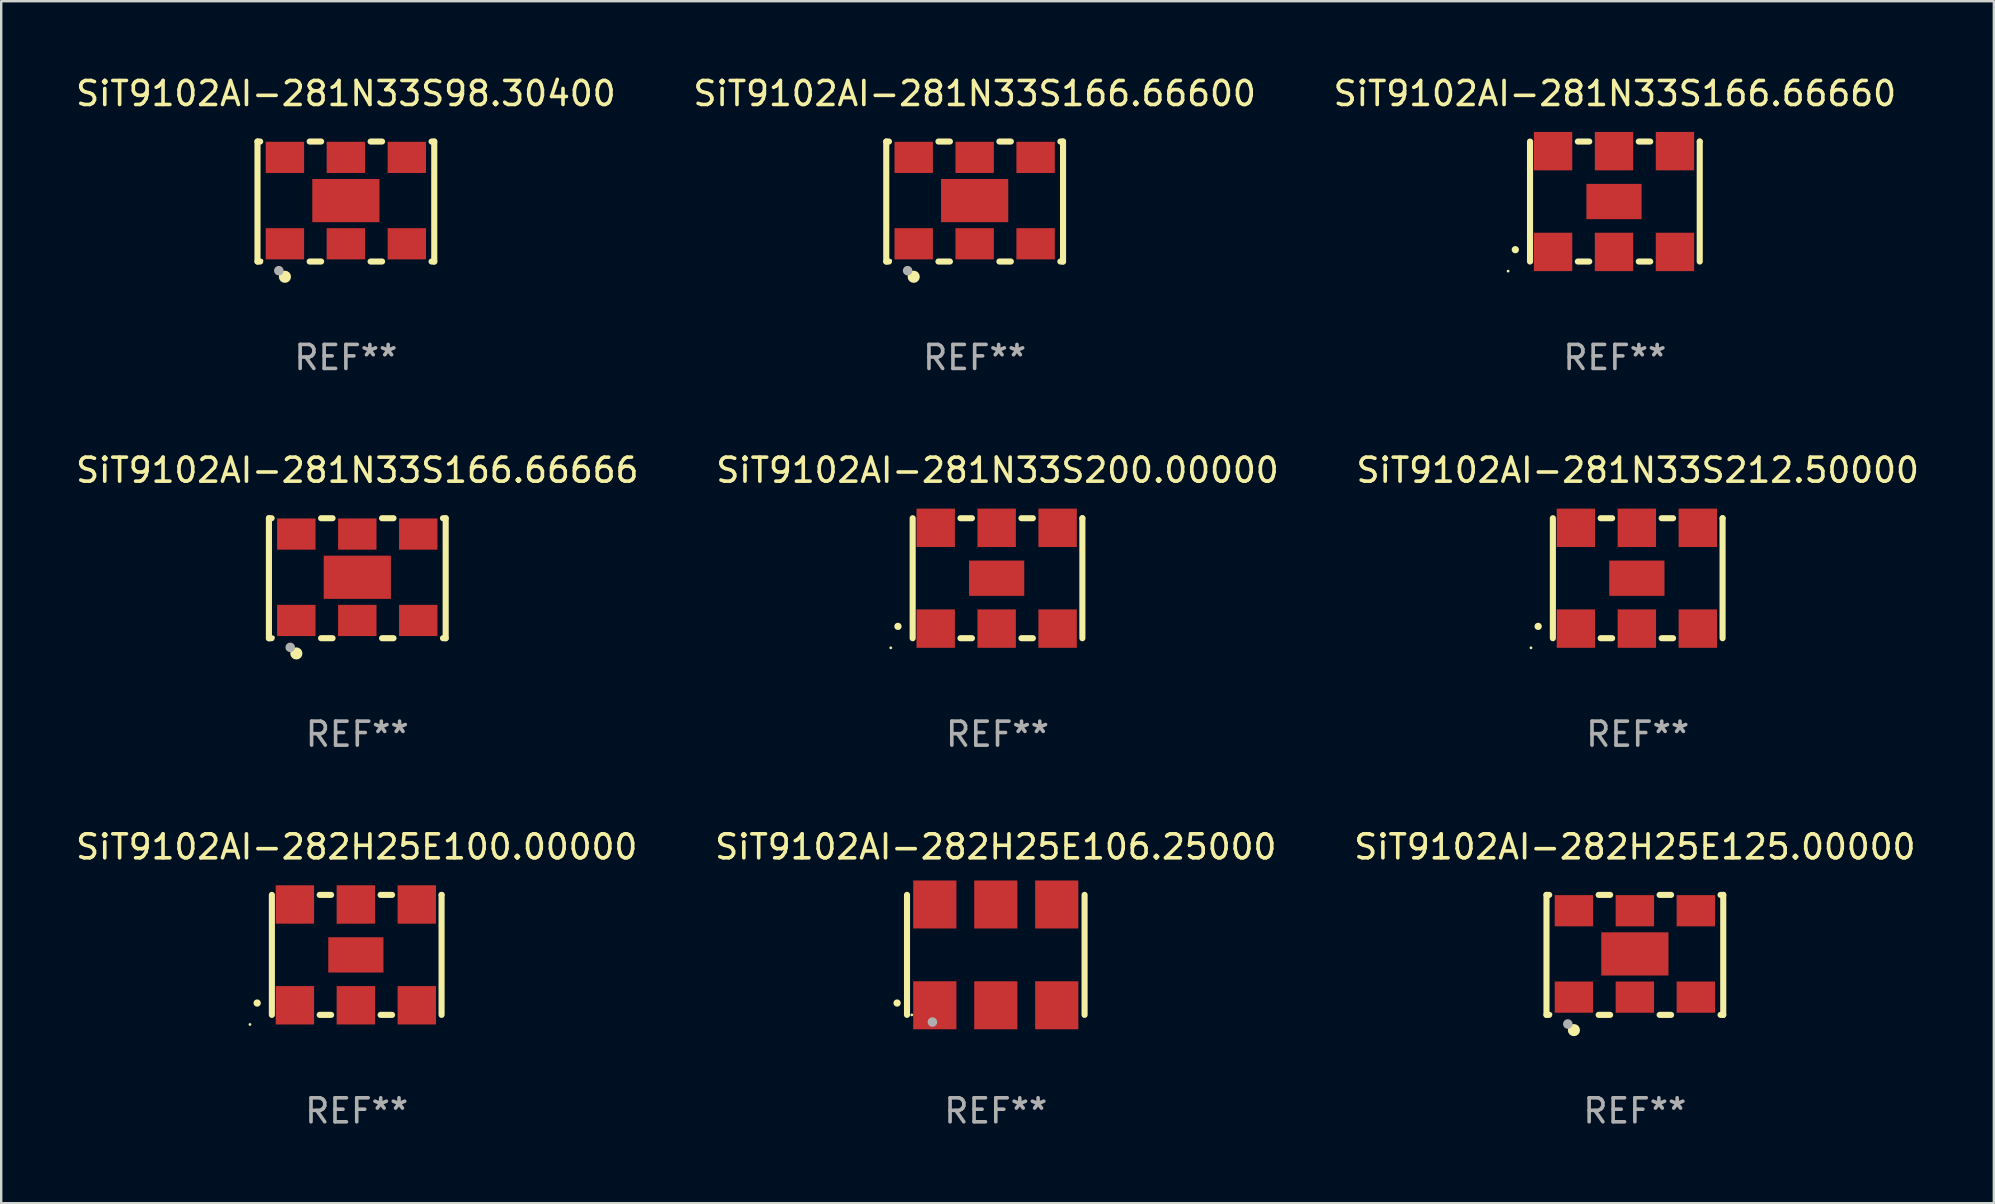
<source format=kicad_pcb>
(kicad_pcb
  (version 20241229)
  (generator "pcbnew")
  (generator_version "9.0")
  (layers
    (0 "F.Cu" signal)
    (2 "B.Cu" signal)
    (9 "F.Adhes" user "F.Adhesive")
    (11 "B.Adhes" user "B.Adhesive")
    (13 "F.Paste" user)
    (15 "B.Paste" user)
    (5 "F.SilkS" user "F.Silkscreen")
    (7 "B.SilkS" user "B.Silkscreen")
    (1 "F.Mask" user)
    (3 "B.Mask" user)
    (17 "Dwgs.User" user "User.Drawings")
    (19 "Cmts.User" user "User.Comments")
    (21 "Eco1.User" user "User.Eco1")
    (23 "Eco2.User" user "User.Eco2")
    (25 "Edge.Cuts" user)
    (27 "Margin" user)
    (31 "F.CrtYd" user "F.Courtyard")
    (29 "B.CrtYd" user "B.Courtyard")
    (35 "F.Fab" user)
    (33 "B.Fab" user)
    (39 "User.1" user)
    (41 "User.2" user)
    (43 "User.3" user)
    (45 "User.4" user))
  (footprint "SiT9102AI-282H25E100.00000"
    (layer "F.Cu")
    (at 11.815 36.741)
    (property "Reference" "SiT9102AI-282H25E100.00000" (at 0 -4.5 0) (layer "F.SilkS") (effects (font (size 1 1) (thickness 0.15))))
    (attr through_hole)
    (fp_line (start -3.536 -2.5) (end -3.536 2.5) (stroke (width 0.254) (type solid)) (layer "F.SilkS"))
    (fp_line (start -1.544 2.5) (end -1.067 2.5) (stroke (width 0.254) (type solid)) (layer "F.SilkS"))
    (fp_line (start -1.067 -2.5) (end -1.544 -2.5) (stroke (width 0.254) (type solid)) (layer "F.SilkS"))
    (fp_line (start 0.996 2.5) (end 1.473 2.5) (stroke (width 0.254) (type solid)) (layer "F.SilkS"))
    (fp_line (start 1.473 -2.5) (end 0.996 -2.5) (stroke (width 0.254) (type solid)) (layer "F.SilkS"))
    (fp_line (start 3.536 -2.5) (end 3.536 -2.5) (stroke (width 0.254) (type solid)) (layer "F.SilkS"))
    (fp_line (start 3.536 2.5) (end 3.536 -2.5) (stroke (width 0.254) (type solid)) (layer "F.SilkS"))
    (fp_arc (start -4.150432 2.006604) (mid -4.149162 2.006599) (end -4.147892 2.006604) (stroke (width 0.3) (type solid)) (layer "F.SilkS"))
    (fp_circle (center -4.449 2.9) (end -4.419 2.9) (stroke (width 0.06) (type solid)) (fill no) (layer "F.SilkS"))
    (fp_text user "REF**" (at 0 6.5 0) (layer "F.Fab") (effects (font (size 1 1) (thickness 0.15))))
    (pad "1" smd rect (at -2.576 2.1) (size 1.6 1.6) (layers "F.Cu" "F.Mask" "F.Paste"))
    (pad "2" smd rect (at -0.036 2.1) (size 1.6 1.6) (layers "F.Cu" "F.Mask" "F.Paste"))
    (pad "3" smd rect (at 2.504 2.1) (size 1.6 1.6) (layers "F.Cu" "F.Mask" "F.Paste"))
    (pad "4" smd rect (at 2.504 -2.1) (size 1.6 1.6) (layers "F.Cu" "F.Mask" "F.Paste"))
    (pad "5" smd rect (at -0.036 -2.1) (size 1.6 1.6) (layers "F.Cu" "F.Mask" "F.Paste"))
    (pad "6" smd rect (at -2.576 -2.1) (size 1.6 1.6) (layers "F.Cu" "F.Mask" "F.Paste"))
    (pad "7" smd rect (at -0.036 0) (size 2.3 1.47) (layers "F.Cu" "F.Mask" "F.Paste")))
  (footprint "SiT9102AI-281N33S166.66666"
    (layer "F.Cu")
    (at 11.839 21.045)
    (property "Reference" "SiT9102AI-281N33S166.66666" (at 0 -4.5 0) (layer "F.SilkS") (effects (font (size 1 1) (thickness 0.15))))
    (attr through_hole)
    (fp_line (start -3.683 -2.5) (end -3.571 -2.5) (stroke (width 0.254) (type solid)) (layer "F.SilkS"))
    (fp_line (start -3.683 2.5) (end -3.683 -2.5) (stroke (width 0.254) (type solid)) (layer "F.SilkS"))
    (fp_line (start -3.683 2.5) (end -3.571 2.5) (stroke (width 0.254) (type solid)) (layer "F.SilkS"))
    (fp_line (start -1.509 -2.5) (end -1.031 -2.5) (stroke (width 0.254) (type solid)) (layer "F.SilkS"))
    (fp_line (start -1.509 2.5) (end -1.031 2.5) (stroke (width 0.254) (type solid)) (layer "F.SilkS"))
    (fp_line (start 1.031 -2.5) (end 1.509 -2.5) (stroke (width 0.254) (type solid)) (layer "F.SilkS"))
    (fp_line (start 1.031 2.5) (end 1.509 2.5) (stroke (width 0.254) (type solid)) (layer "F.SilkS"))
    (fp_line (start 3.571 -2.5) (end 3.683 -2.5) (stroke (width 0.254) (type solid)) (layer "F.SilkS"))
    (fp_line (start 3.571 2.5) (end 3.683 2.5) (stroke (width 0.254) (type solid)) (layer "F.SilkS"))
    (fp_line (start 3.683 2.5) (end 3.683 -2.5) (stroke (width 0.254) (type solid)) (layer "F.SilkS"))
    (fp_circle (center -3.5 2.46) (end -3.47 2.46) (stroke (width 0.06) (type solid)) (fill no) (layer "F.SilkS"))
    (fp_circle (center -2.54 3.135) (end -2.413 3.135) (stroke (width 0.254) (type solid)) (fill no) (layer "F.SilkS"))
    (fp_circle (center -2.794 2.881) (end -2.694 2.881) (stroke (width 0.2) (type solid)) (fill no) (layer "F.Fab"))
    (fp_text user "REF**" (at 0 6.5 0) (layer "F.Fab") (effects (font (size 1 1) (thickness 0.15))))
    (pad "1" smd rect (at -2.54 1.76) (size 1.6 1.3) (layers "F.Cu" "F.Mask" "F.Paste"))
    (pad "2" smd rect (at 0 1.76) (size 1.6 1.3) (layers "F.Cu" "F.Mask" "F.Paste"))
    (pad "3" smd rect (at 2.54 1.76) (size 1.6 1.3) (layers "F.Cu" "F.Mask" "F.Paste"))
    (pad "4" smd rect (at 2.54 -1.84) (size 1.6 1.3) (layers "F.Cu" "F.Mask" "F.Paste"))
    (pad "5" smd rect (at 0 -1.84) (size 1.6 1.3) (layers "F.Cu" "F.Mask" "F.Paste"))
    (pad "6" smd rect (at -2.54 -1.84) (size 1.6 1.3) (layers "F.Cu" "F.Mask" "F.Paste"))
    (pad "7" smd rect (at 0 -0.04) (size 2.8 1.8) (layers "F.Cu" "F.Mask" "F.Paste")))
  (footprint "SiT9102AI-281N33S200.00000"
    (layer "F.Cu")
    (at 38.518 21.045)
    (property "Reference" "SiT9102AI-281N33S200.00000" (at 0 -4.5 0) (layer "F.SilkS") (effects (font (size 1 1) (thickness 0.15))))
    (attr through_hole)
    (fp_line (start -3.536 -2.5) (end -3.536 2.5) (stroke (width 0.254) (type solid)) (layer "F.SilkS"))
    (fp_line (start -1.544 2.5) (end -1.067 2.5) (stroke (width 0.254) (type solid)) (layer "F.SilkS"))
    (fp_line (start -1.067 -2.5) (end -1.544 -2.5) (stroke (width 0.254) (type solid)) (layer "F.SilkS"))
    (fp_line (start 0.996 2.5) (end 1.473 2.5) (stroke (width 0.254) (type solid)) (layer "F.SilkS"))
    (fp_line (start 1.473 -2.5) (end 0.996 -2.5) (stroke (width 0.254) (type solid)) (layer "F.SilkS"))
    (fp_line (start 3.536 -2.5) (end 3.536 -2.5) (stroke (width 0.254) (type solid)) (layer "F.SilkS"))
    (fp_line (start 3.536 2.5) (end 3.536 -2.5) (stroke (width 0.254) (type solid)) (layer "F.SilkS"))
    (fp_arc (start -4.150432 2.006604) (mid -4.149162 2.006599) (end -4.147892 2.006604) (stroke (width 0.3) (type solid)) (layer "F.SilkS"))
    (fp_circle (center -4.449 2.9) (end -4.419 2.9) (stroke (width 0.06) (type solid)) (fill no) (layer "F.SilkS"))
    (fp_text user "REF**" (at 0 6.5 0) (layer "F.Fab") (effects (font (size 1 1) (thickness 0.15))))
    (pad "1" smd rect (at -2.576 2.1) (size 1.6 1.6) (layers "F.Cu" "F.Mask" "F.Paste"))
    (pad "2" smd rect (at -0.036 2.1) (size 1.6 1.6) (layers "F.Cu" "F.Mask" "F.Paste"))
    (pad "3" smd rect (at 2.504 2.1) (size 1.6 1.6) (layers "F.Cu" "F.Mask" "F.Paste"))
    (pad "4" smd rect (at 2.504 -2.1) (size 1.6 1.6) (layers "F.Cu" "F.Mask" "F.Paste"))
    (pad "5" smd rect (at -0.036 -2.1) (size 1.6 1.6) (layers "F.Cu" "F.Mask" "F.Paste"))
    (pad "6" smd rect (at -2.576 -2.1) (size 1.6 1.6) (layers "F.Cu" "F.Mask" "F.Paste"))
    (pad "7" smd rect (at -0.036 0) (size 2.3 1.47) (layers "F.Cu" "F.Mask" "F.Paste")))
  (footprint "SiT9102AI-281N33S98.30400"
    (layer "F.Cu")
    (at 11.363 5.348)
    (property "Reference" "SiT9102AI-281N33S98.30400" (at 0 -4.5 0) (layer "F.SilkS") (effects (font (size 1 1) (thickness 0.15))))
    (attr through_hole)
    (fp_line (start -3.683 -2.5) (end -3.571 -2.5) (stroke (width 0.254) (type solid)) (layer "F.SilkS"))
    (fp_line (start -3.683 2.5) (end -3.683 -2.5) (stroke (width 0.254) (type solid)) (layer "F.SilkS"))
    (fp_line (start -3.683 2.5) (end -3.571 2.5) (stroke (width 0.254) (type solid)) (layer "F.SilkS"))
    (fp_line (start -1.509 -2.5) (end -1.031 -2.5) (stroke (width 0.254) (type solid)) (layer "F.SilkS"))
    (fp_line (start -1.509 2.5) (end -1.031 2.5) (stroke (width 0.254) (type solid)) (layer "F.SilkS"))
    (fp_line (start 1.031 -2.5) (end 1.509 -2.5) (stroke (width 0.254) (type solid)) (layer "F.SilkS"))
    (fp_line (start 1.031 2.5) (end 1.509 2.5) (stroke (width 0.254) (type solid)) (layer "F.SilkS"))
    (fp_line (start 3.571 -2.5) (end 3.683 -2.5) (stroke (width 0.254) (type solid)) (layer "F.SilkS"))
    (fp_line (start 3.571 2.5) (end 3.683 2.5) (stroke (width 0.254) (type solid)) (layer "F.SilkS"))
    (fp_line (start 3.683 2.5) (end 3.683 -2.5) (stroke (width 0.254) (type solid)) (layer "F.SilkS"))
    (fp_circle (center -3.5 2.46) (end -3.47 2.46) (stroke (width 0.06) (type solid)) (fill no) (layer "F.SilkS"))
    (fp_circle (center -2.54 3.135) (end -2.413 3.135) (stroke (width 0.254) (type solid)) (fill no) (layer "F.SilkS"))
    (fp_circle (center -2.794 2.881) (end -2.694 2.881) (stroke (width 0.2) (type solid)) (fill no) (layer "F.Fab"))
    (fp_text user "REF**" (at 0 6.5 0) (layer "F.Fab") (effects (font (size 1 1) (thickness 0.15))))
    (pad "1" smd rect (at -2.54 1.76) (size 1.6 1.3) (layers "F.Cu" "F.Mask" "F.Paste"))
    (pad "2" smd rect (at 0 1.76) (size 1.6 1.3) (layers "F.Cu" "F.Mask" "F.Paste"))
    (pad "3" smd rect (at 2.54 1.76) (size 1.6 1.3) (layers "F.Cu" "F.Mask" "F.Paste"))
    (pad "4" smd rect (at 2.54 -1.84) (size 1.6 1.3) (layers "F.Cu" "F.Mask" "F.Paste"))
    (pad "5" smd rect (at 0 -1.84) (size 1.6 1.3) (layers "F.Cu" "F.Mask" "F.Paste"))
    (pad "6" smd rect (at -2.54 -1.84) (size 1.6 1.3) (layers "F.Cu" "F.Mask" "F.Paste"))
    (pad "7" smd rect (at 0 -0.04) (size 2.8 1.8) (layers "F.Cu" "F.Mask" "F.Paste")))
  (footprint "SiT9102AI-281N33S212.50000"
    (layer "F.Cu")
    (at 65.196 21.045)
    (property "Reference" "SiT9102AI-281N33S212.50000" (at 0 -4.5 0) (layer "F.SilkS") (effects (font (size 1 1) (thickness 0.15))))
    (attr through_hole)
    (fp_line (start -3.536 -2.5) (end -3.536 2.5) (stroke (width 0.254) (type solid)) (layer "F.SilkS"))
    (fp_line (start -1.544 2.5) (end -1.067 2.5) (stroke (width 0.254) (type solid)) (layer "F.SilkS"))
    (fp_line (start -1.067 -2.5) (end -1.544 -2.5) (stroke (width 0.254) (type solid)) (layer "F.SilkS"))
    (fp_line (start 0.996 2.5) (end 1.473 2.5) (stroke (width 0.254) (type solid)) (layer "F.SilkS"))
    (fp_line (start 1.473 -2.5) (end 0.996 -2.5) (stroke (width 0.254) (type solid)) (layer "F.SilkS"))
    (fp_line (start 3.536 -2.5) (end 3.536 -2.5) (stroke (width 0.254) (type solid)) (layer "F.SilkS"))
    (fp_line (start 3.536 2.5) (end 3.536 -2.5) (stroke (width 0.254) (type solid)) (layer "F.SilkS"))
    (fp_arc (start -4.150432 2.006604) (mid -4.149162 2.006599) (end -4.147892 2.006604) (stroke (width 0.3) (type solid)) (layer "F.SilkS"))
    (fp_circle (center -4.449 2.9) (end -4.419 2.9) (stroke (width 0.06) (type solid)) (fill no) (layer "F.SilkS"))
    (fp_text user "REF**" (at 0 6.5 0) (layer "F.Fab") (effects (font (size 1 1) (thickness 0.15))))
    (pad "1" smd rect (at -2.576 2.1) (size 1.6 1.6) (layers "F.Cu" "F.Mask" "F.Paste"))
    (pad "2" smd rect (at -0.036 2.1) (size 1.6 1.6) (layers "F.Cu" "F.Mask" "F.Paste"))
    (pad "3" smd rect (at 2.504 2.1) (size 1.6 1.6) (layers "F.Cu" "F.Mask" "F.Paste"))
    (pad "4" smd rect (at 2.504 -2.1) (size 1.6 1.6) (layers "F.Cu" "F.Mask" "F.Paste"))
    (pad "5" smd rect (at -0.036 -2.1) (size 1.6 1.6) (layers "F.Cu" "F.Mask" "F.Paste"))
    (pad "6" smd rect (at -2.576 -2.1) (size 1.6 1.6) (layers "F.Cu" "F.Mask" "F.Paste"))
    (pad "7" smd rect (at -0.036 0) (size 2.3 1.47) (layers "F.Cu" "F.Mask" "F.Paste")))
  (footprint "SiT9102AI-282H25E106.25000"
    (layer "F.Cu")
    (at 38.446 36.741)
    (property "Reference" "SiT9102AI-282H25E106.25000" (at 0 -4.5 0) (layer "F.SilkS") (effects (font (size 1 1) (thickness 0.15))))
    (attr through_hole)
    (fp_line (start -3.7 -2.5) (end -3.7 2.5) (stroke (width 0.254) (type solid)) (layer "F.SilkS"))
    (fp_line (start 3.7 -2.5) (end 3.7 2.5) (stroke (width 0.254) (type solid)) (layer "F.SilkS"))
    (fp_arc (start -4.114415 2.006604) (mid -4.113145 2.006599) (end -4.111875 2.006604) (stroke (width 0.3) (type solid)) (layer "F.SilkS"))
    (fp_circle (center -3.5 2.501) (end -3.47 2.501) (stroke (width 0.06) (type solid)) (fill no) (layer "F.SilkS"))
    (fp_circle (center -2.641 2.799) (end -2.541 2.799) (stroke (width 0.2) (type solid)) (fill no) (layer "F.Fab"))
    (fp_text user "REF**" (at 0 6.5 0) (layer "F.Fab") (effects (font (size 1 1) (thickness 0.15))))
    (pad "1" smd rect (at -2.54 2.1) (size 1.8 2) (layers "F.Cu" "F.Mask" "F.Paste"))
    (pad "2" smd rect (at 0.000394 2.1) (size 1.8 2) (layers "F.Cu" "F.Mask" "F.Paste"))
    (pad "3" smd rect (at 2.54 2.1) (size 1.8 2) (layers "F.Cu" "F.Mask" "F.Paste"))
    (pad "4" smd rect (at 2.54 -2.1) (size 1.8 2) (layers "F.Cu" "F.Mask" "F.Paste"))
    (pad "5" smd rect (at 0.000394 -2.1) (size 1.8 2) (layers "F.Cu" "F.Mask" "F.Paste"))
    (pad "6" smd rect (at -2.54 -2.1) (size 1.8 2) (layers "F.Cu" "F.Mask" "F.Paste")))
  (footprint "SiT9102AI-281N33S166.66600"
    (layer "F.Cu")
    (at 37.565 5.348)
    (property "Reference" "SiT9102AI-281N33S166.66600" (at 0 -4.5 0) (layer "F.SilkS") (effects (font (size 1 1) (thickness 0.15))))
    (attr through_hole)
    (fp_line (start -3.683 -2.5) (end -3.571 -2.5) (stroke (width 0.254) (type solid)) (layer "F.SilkS"))
    (fp_line (start -3.683 2.5) (end -3.683 -2.5) (stroke (width 0.254) (type solid)) (layer "F.SilkS"))
    (fp_line (start -3.683 2.5) (end -3.571 2.5) (stroke (width 0.254) (type solid)) (layer "F.SilkS"))
    (fp_line (start -1.509 -2.5) (end -1.031 -2.5) (stroke (width 0.254) (type solid)) (layer "F.SilkS"))
    (fp_line (start -1.509 2.5) (end -1.031 2.5) (stroke (width 0.254) (type solid)) (layer "F.SilkS"))
    (fp_line (start 1.031 -2.5) (end 1.509 -2.5) (stroke (width 0.254) (type solid)) (layer "F.SilkS"))
    (fp_line (start 1.031 2.5) (end 1.509 2.5) (stroke (width 0.254) (type solid)) (layer "F.SilkS"))
    (fp_line (start 3.571 -2.5) (end 3.683 -2.5) (stroke (width 0.254) (type solid)) (layer "F.SilkS"))
    (fp_line (start 3.571 2.5) (end 3.683 2.5) (stroke (width 0.254) (type solid)) (layer "F.SilkS"))
    (fp_line (start 3.683 2.5) (end 3.683 -2.5) (stroke (width 0.254) (type solid)) (layer "F.SilkS"))
    (fp_circle (center -3.5 2.46) (end -3.47 2.46) (stroke (width 0.06) (type solid)) (fill no) (layer "F.SilkS"))
    (fp_circle (center -2.54 3.135) (end -2.413 3.135) (stroke (width 0.254) (type solid)) (fill no) (layer "F.SilkS"))
    (fp_circle (center -2.794 2.881) (end -2.694 2.881) (stroke (width 0.2) (type solid)) (fill no) (layer "F.Fab"))
    (fp_text user "REF**" (at 0 6.5 0) (layer "F.Fab") (effects (font (size 1 1) (thickness 0.15))))
    (pad "1" smd rect (at -2.54 1.76) (size 1.6 1.3) (layers "F.Cu" "F.Mask" "F.Paste"))
    (pad "2" smd rect (at 0 1.76) (size 1.6 1.3) (layers "F.Cu" "F.Mask" "F.Paste"))
    (pad "3" smd rect (at 2.54 1.76) (size 1.6 1.3) (layers "F.Cu" "F.Mask" "F.Paste"))
    (pad "4" smd rect (at 2.54 -1.84) (size 1.6 1.3) (layers "F.Cu" "F.Mask" "F.Paste"))
    (pad "5" smd rect (at 0 -1.84) (size 1.6 1.3) (layers "F.Cu" "F.Mask" "F.Paste"))
    (pad "6" smd rect (at -2.54 -1.84) (size 1.6 1.3) (layers "F.Cu" "F.Mask" "F.Paste"))
    (pad "7" smd rect (at 0 -0.04) (size 2.8 1.8) (layers "F.Cu" "F.Mask" "F.Paste")))
  (footprint "SiT9102AI-282H25E125.00000"
    (layer "F.Cu")
    (at 65.077 36.741)
    (property "Reference" "SiT9102AI-282H25E125.00000" (at 0 -4.5 0) (layer "F.SilkS") (effects (font (size 1 1) (thickness 0.15))))
    (attr through_hole)
    (fp_line (start -3.683 -2.5) (end -3.571 -2.5) (stroke (width 0.254) (type solid)) (layer "F.SilkS"))
    (fp_line (start -3.683 2.5) (end -3.683 -2.5) (stroke (width 0.254) (type solid)) (layer "F.SilkS"))
    (fp_line (start -3.683 2.5) (end -3.571 2.5) (stroke (width 0.254) (type solid)) (layer "F.SilkS"))
    (fp_line (start -1.509 -2.5) (end -1.031 -2.5) (stroke (width 0.254) (type solid)) (layer "F.SilkS"))
    (fp_line (start -1.509 2.5) (end -1.031 2.5) (stroke (width 0.254) (type solid)) (layer "F.SilkS"))
    (fp_line (start 1.031 -2.5) (end 1.509 -2.5) (stroke (width 0.254) (type solid)) (layer "F.SilkS"))
    (fp_line (start 1.031 2.5) (end 1.509 2.5) (stroke (width 0.254) (type solid)) (layer "F.SilkS"))
    (fp_line (start 3.571 -2.5) (end 3.683 -2.5) (stroke (width 0.254) (type solid)) (layer "F.SilkS"))
    (fp_line (start 3.571 2.5) (end 3.683 2.5) (stroke (width 0.254) (type solid)) (layer "F.SilkS"))
    (fp_line (start 3.683 2.5) (end 3.683 -2.5) (stroke (width 0.254) (type solid)) (layer "F.SilkS"))
    (fp_circle (center -3.5 2.46) (end -3.47 2.46) (stroke (width 0.06) (type solid)) (fill no) (layer "F.SilkS"))
    (fp_circle (center -2.54 3.135) (end -2.413 3.135) (stroke (width 0.254) (type solid)) (fill no) (layer "F.SilkS"))
    (fp_circle (center -2.794 2.881) (end -2.694 2.881) (stroke (width 0.2) (type solid)) (fill no) (layer "F.Fab"))
    (fp_text user "REF**" (at 0 6.5 0) (layer "F.Fab") (effects (font (size 1 1) (thickness 0.15))))
    (pad "1" smd rect (at -2.54 1.76) (size 1.6 1.3) (layers "F.Cu" "F.Mask" "F.Paste"))
    (pad "2" smd rect (at 0 1.76) (size 1.6 1.3) (layers "F.Cu" "F.Mask" "F.Paste"))
    (pad "3" smd rect (at 2.54 1.76) (size 1.6 1.3) (layers "F.Cu" "F.Mask" "F.Paste"))
    (pad "4" smd rect (at 2.54 -1.84) (size 1.6 1.3) (layers "F.Cu" "F.Mask" "F.Paste"))
    (pad "5" smd rect (at 0 -1.84) (size 1.6 1.3) (layers "F.Cu" "F.Mask" "F.Paste"))
    (pad "6" smd rect (at -2.54 -1.84) (size 1.6 1.3) (layers "F.Cu" "F.Mask" "F.Paste"))
    (pad "7" smd rect (at 0 -0.04) (size 2.8 1.8) (layers "F.Cu" "F.Mask" "F.Paste")))
  (footprint "SiT9102AI-281N33S166.66660"
    (layer "F.Cu")
    (at 64.244 5.348)
    (property "Reference" "SiT9102AI-281N33S166.66660" (at 0 -4.5 0) (layer "F.SilkS") (effects (font (size 1 1) (thickness 0.15))))
    (attr through_hole)
    (fp_line (start -3.536 -2.5) (end -3.536 2.5) (stroke (width 0.254) (type solid)) (layer "F.SilkS"))
    (fp_line (start -1.544 2.5) (end -1.067 2.5) (stroke (width 0.254) (type solid)) (layer "F.SilkS"))
    (fp_line (start -1.067 -2.5) (end -1.544 -2.5) (stroke (width 0.254) (type solid)) (layer "F.SilkS"))
    (fp_line (start 0.996 2.5) (end 1.473 2.5) (stroke (width 0.254) (type solid)) (layer "F.SilkS"))
    (fp_line (start 1.473 -2.5) (end 0.996 -2.5) (stroke (width 0.254) (type solid)) (layer "F.SilkS"))
    (fp_line (start 3.536 -2.5) (end 3.536 -2.5) (stroke (width 0.254) (type solid)) (layer "F.SilkS"))
    (fp_line (start 3.536 2.5) (end 3.536 -2.5) (stroke (width 0.254) (type solid)) (layer "F.SilkS"))
    (fp_arc (start -4.150432 2.006604) (mid -4.149162 2.006599) (end -4.147892 2.006604) (stroke (width 0.3) (type solid)) (layer "F.SilkS"))
    (fp_circle (center -4.449 2.9) (end -4.419 2.9) (stroke (width 0.06) (type solid)) (fill no) (layer "F.SilkS"))
    (fp_text user "REF**" (at 0 6.5 0) (layer "F.Fab") (effects (font (size 1 1) (thickness 0.15))))
    (pad "1" smd rect (at -2.576 2.1) (size 1.6 1.6) (layers "F.Cu" "F.Mask" "F.Paste"))
    (pad "2" smd rect (at -0.036 2.1) (size 1.6 1.6) (layers "F.Cu" "F.Mask" "F.Paste"))
    (pad "3" smd rect (at 2.504 2.1) (size 1.6 1.6) (layers "F.Cu" "F.Mask" "F.Paste"))
    (pad "4" smd rect (at 2.504 -2.1) (size 1.6 1.6) (layers "F.Cu" "F.Mask" "F.Paste"))
    (pad "5" smd rect (at -0.036 -2.1) (size 1.6 1.6) (layers "F.Cu" "F.Mask" "F.Paste"))
    (pad "6" smd rect (at -2.576 -2.1) (size 1.6 1.6) (layers "F.Cu" "F.Mask" "F.Paste"))
    (pad "7" smd rect (at -0.036 0) (size 2.3 1.47) (layers "F.Cu" "F.Mask" "F.Paste")))
  (gr_rect
    (start -3 -3)
    (end 80.036 47.09)
    (stroke (width 0.1) (type default))
    (fill no)
    (layer "Edge.Cuts")))
</source>
